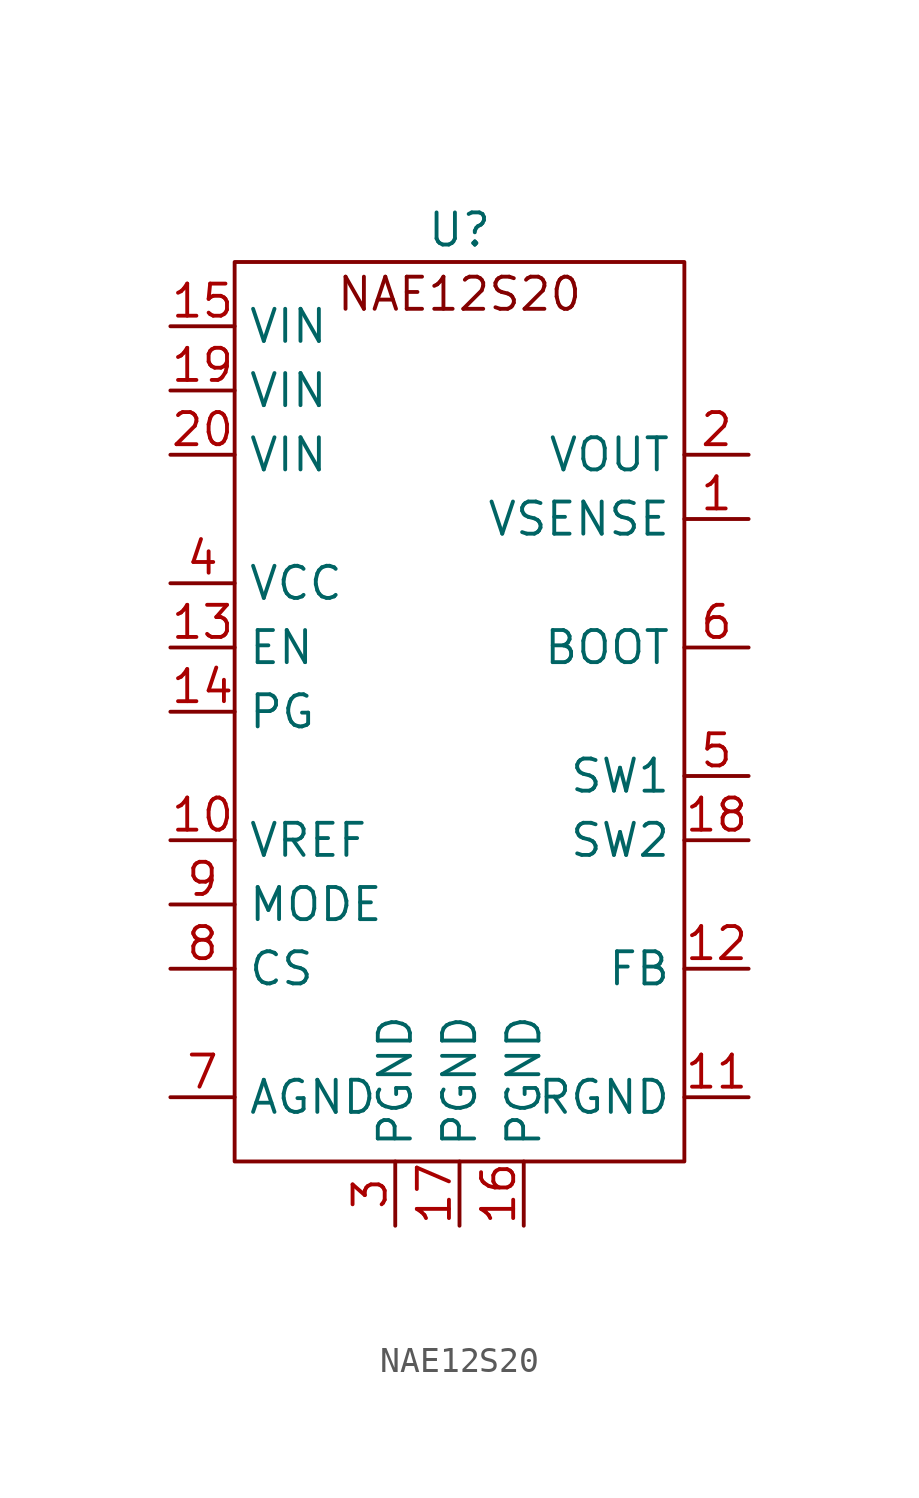
<source format=kicad_sym>
(kicad_symbol_lib
  (version 20220914)
  (generator kicad_symbol_editor)
  (symbol "NAE12S20"
    (property "Reference" "U"
      (at 5.08 2.54 0)
      (effects (font (size 1.27 1.27))))
    (property "Value" ""
      (at 0 0 0)
      (effects (font (size 1.27 1.27))))
    (symbol "NAE12S20_1_1"
      (rectangle (start -3.81 1.27) (end 13.97 -34.29) (stroke (width 0) (type default)) (fill (type none)))
      (text "NAE12S20" (at 5.08 0 0) (effects (font (size 1.27 1.27))))
      (pin input line (at 16.51 -8.89 180) (length 2.54) (name "VSENSE" (effects (font (size 1.27 1.27)))) (number "1" (effects (font (size 1.27 1.27)))))
      (pin input line (at -6.35 -21.59 0) (length 2.54) (name "VREF" (effects (font (size 1.27 1.27)))) (number "10" (effects (font (size 1.27 1.27)))))
      (pin input line (at 16.51 -31.75 180) (length 2.54) (name "RGND" (effects (font (size 1.27 1.27)))) (number "11" (effects (font (size 1.27 1.27)))))
      (pin input line (at 16.51 -26.67 180) (length 2.54) (name "FB" (effects (font (size 1.27 1.27)))) (number "12" (effects (font (size 1.27 1.27)))))
      (pin input line (at -6.35 -13.97 0) (length 2.54) (name "EN" (effects (font (size 1.27 1.27)))) (number "13" (effects (font (size 1.27 1.27)))))
      (pin input line (at -6.35 -16.51 0) (length 2.54) (name "PG" (effects (font (size 1.27 1.27)))) (number "14" (effects (font (size 1.27 1.27)))))
      (pin input line (at -6.35 -1.27 0) (length 2.54) (name "VIN" (effects (font (size 1.27 1.27)))) (number "15" (effects (font (size 1.27 1.27)))))
      (pin input line (at 7.62 -36.83 90) (length 2.54) (name "PGND" (effects (font (size 1.27 1.27)))) (number "16" (effects (font (size 1.27 1.27)))))
      (pin input line (at 5.08 -36.83 90) (length 2.54) (name "PGND" (effects (font (size 1.27 1.27)))) (number "17" (effects (font (size 1.27 1.27)))))
      (pin input line (at 16.51 -21.59 180) (length 2.54) (name "SW2" (effects (font (size 1.27 1.27)))) (number "18" (effects (font (size 1.27 1.27)))))
      (pin input line (at -6.35 -3.81 0) (length 2.54) (name "VIN" (effects (font (size 1.27 1.27)))) (number "19" (effects (font (size 1.27 1.27)))))
      (pin input line (at 16.51 -6.35 180) (length 2.54) (name "VOUT" (effects (font (size 1.27 1.27)))) (number "2" (effects (font (size 1.27 1.27)))))
      (pin input line (at -6.35 -6.35 0) (length 2.54) (name "VIN" (effects (font (size 1.27 1.27)))) (number "20" (effects (font (size 1.27 1.27)))))
      (pin input line (at 2.54 -36.83 90) (length 2.54) (name "PGND" (effects (font (size 1.27 1.27)))) (number "3" (effects (font (size 1.27 1.27)))))
      (pin input line (at -6.35 -11.43 0) (length 2.54) (name "VCC" (effects (font (size 1.27 1.27)))) (number "4" (effects (font (size 1.27 1.27)))))
      (pin input line (at 16.51 -19.05 180) (length 2.54) (name "SW1" (effects (font (size 1.27 1.27)))) (number "5" (effects (font (size 1.27 1.27)))))
      (pin input line (at 16.51 -13.97 180) (length 2.54) (name "BOOT" (effects (font (size 1.27 1.27)))) (number "6" (effects (font (size 1.27 1.27)))))
      (pin input line (at -6.35 -31.75 0) (length 2.54) (name "AGND" (effects (font (size 1.27 1.27)))) (number "7" (effects (font (size 1.27 1.27)))))
      (pin input line (at -6.35 -26.67 0) (length 2.54) (name "CS" (effects (font (size 1.27 1.27)))) (number "8" (effects (font (size 1.27 1.27)))))
      (pin input line (at -6.35 -24.13 0) (length 2.54) (name "MODE" (effects (font (size 1.27 1.27)))) (number "9" (effects (font (size 1.27 1.27))))))))
</source>
